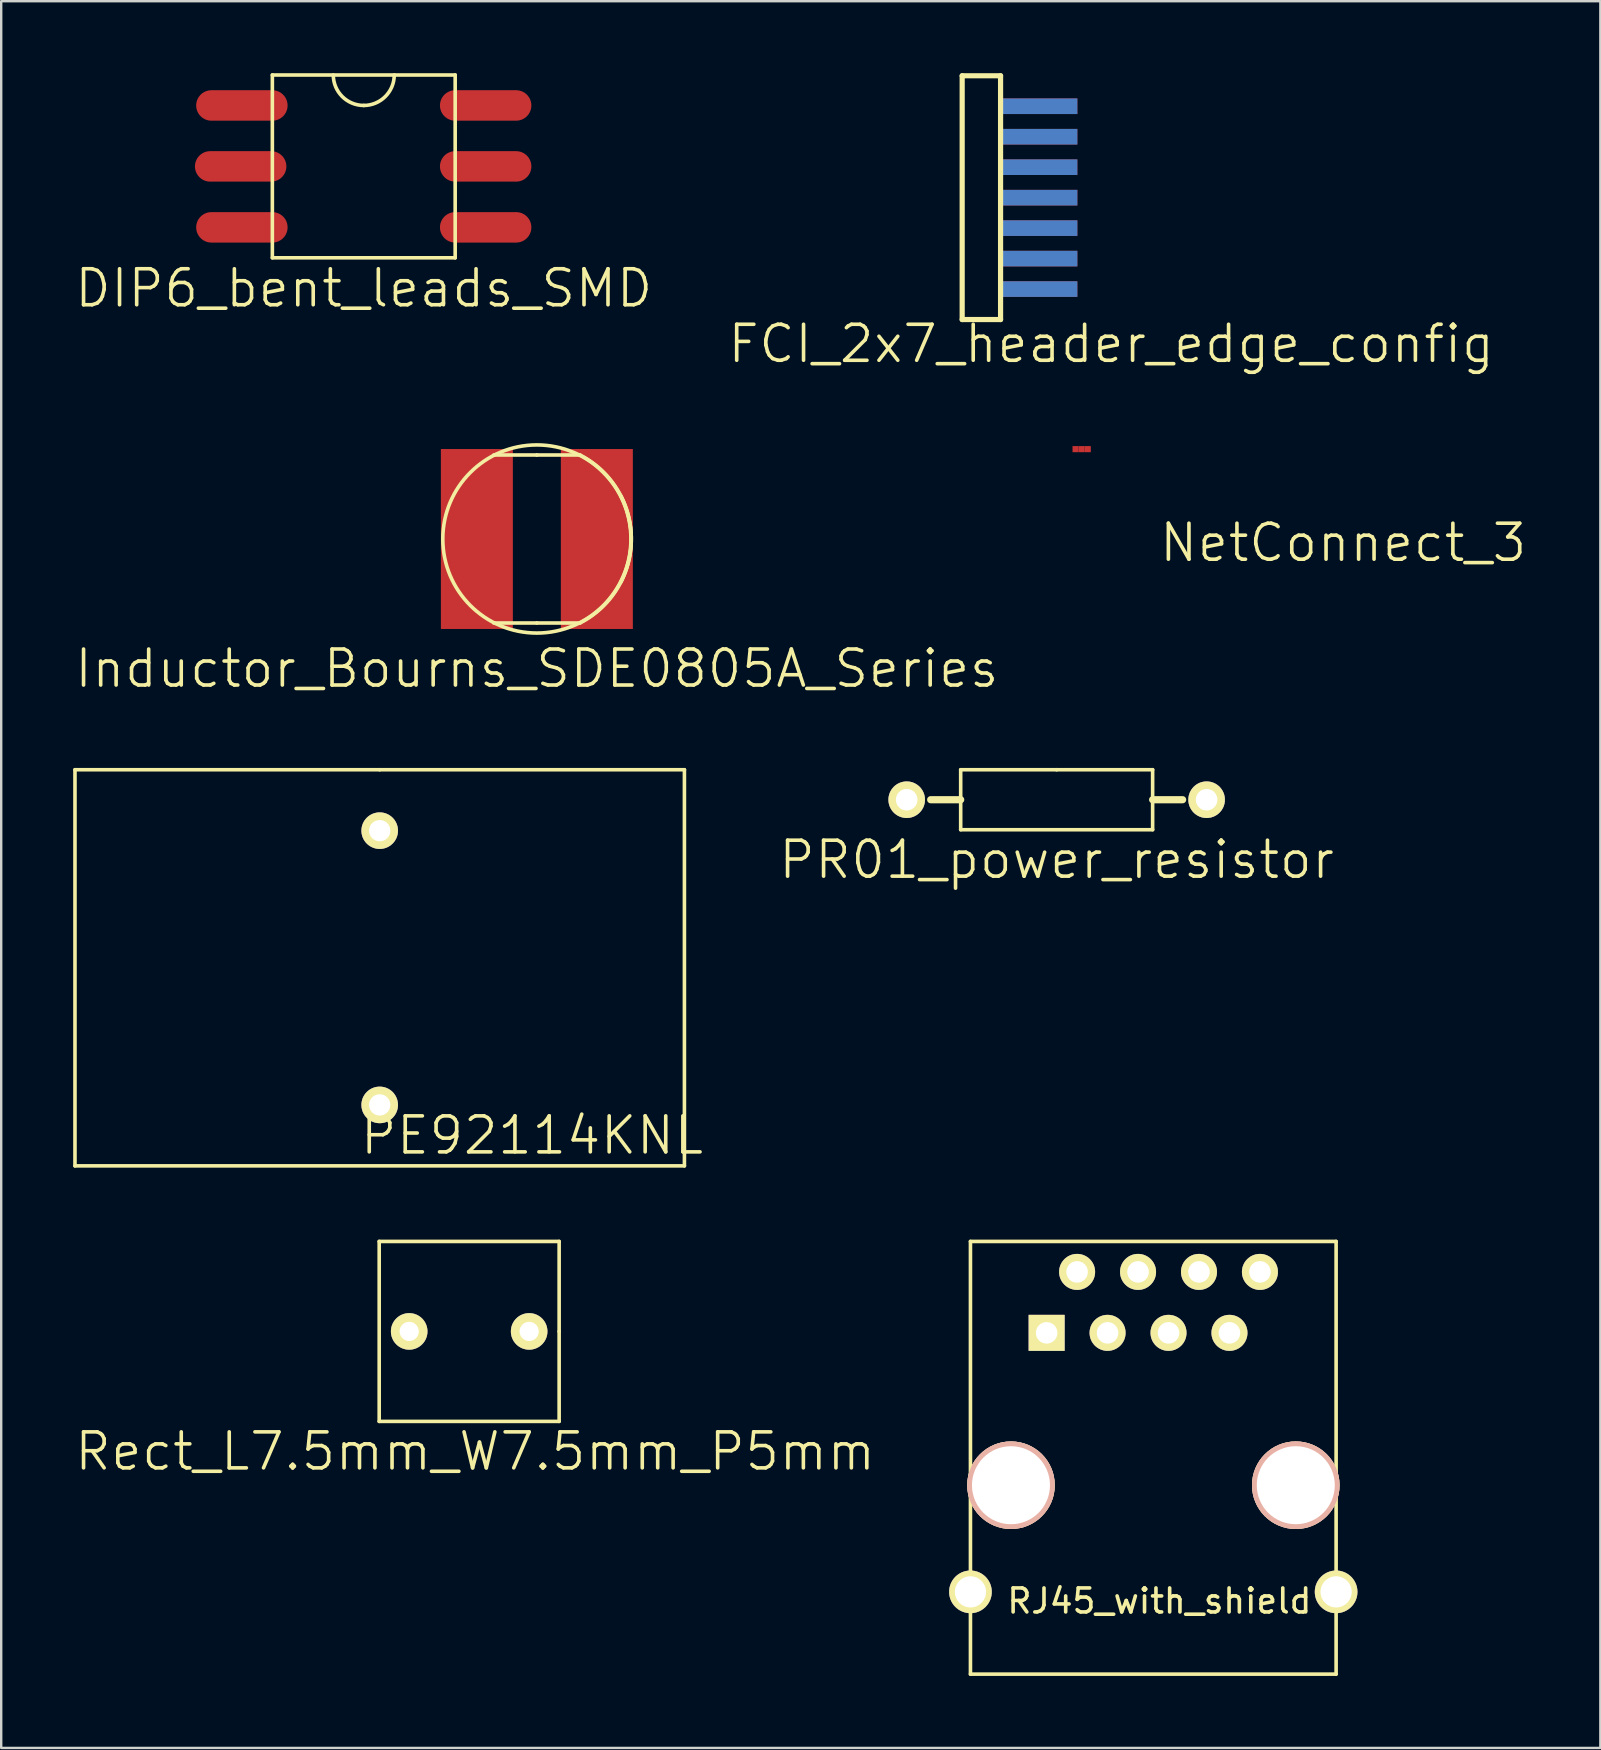
<source format=kicad_pcb>
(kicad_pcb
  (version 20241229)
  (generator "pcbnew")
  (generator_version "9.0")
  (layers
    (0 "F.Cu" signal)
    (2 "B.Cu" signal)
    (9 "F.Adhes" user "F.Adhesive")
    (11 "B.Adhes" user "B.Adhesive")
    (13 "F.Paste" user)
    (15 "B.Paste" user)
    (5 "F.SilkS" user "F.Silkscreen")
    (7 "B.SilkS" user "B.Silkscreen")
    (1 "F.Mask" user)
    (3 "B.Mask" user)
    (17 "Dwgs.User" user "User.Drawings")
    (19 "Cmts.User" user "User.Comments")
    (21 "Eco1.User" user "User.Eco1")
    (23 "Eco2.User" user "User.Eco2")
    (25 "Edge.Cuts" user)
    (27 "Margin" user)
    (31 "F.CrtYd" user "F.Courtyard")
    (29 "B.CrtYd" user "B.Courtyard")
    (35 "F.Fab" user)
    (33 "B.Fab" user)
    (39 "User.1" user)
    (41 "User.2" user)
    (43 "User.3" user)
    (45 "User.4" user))
  (footprint "PE92114KNL"
    (layer "F.Cu")
    (at 12.775 37.92)
    (property "Reference" "PE92114KNL" (at 6.35 6.35 0) (layer "F.SilkS") (effects (font (size 1.5 1.5) (thickness 0.15))))
    (attr through_hole)
    (fp_line (start -12.7 -8.89) (end -12.7 7.62) (stroke (width 0.15) (type solid)) (layer "F.SilkS"))
    (fp_line (start -12.7 7.62) (end 12.7 7.62) (stroke (width 0.15) (type solid)) (layer "F.SilkS"))
    (fp_line (start 0 -8.89) (end -12.7 -8.89) (stroke (width 0.15) (type solid)) (layer "F.SilkS"))
    (fp_line (start 12.7 -8.89) (end 0 -8.89) (stroke (width 0.15) (type solid)) (layer "F.SilkS"))
    (fp_line (start 12.7 7.62) (end 12.7 -8.89) (stroke (width 0.15) (type solid)) (layer "F.SilkS"))
    (pad "1" thru_hole circle (at 0 5.08) (size 1.524 1.524) (drill 0.889) (layers "*.Cu" "*.Mask" "F.SilkS"))
    (pad "2" thru_hole circle (at 0 -6.35) (size 1.524 1.524) (drill 0.889) (layers "*.Cu" "*.Mask" "F.SilkS")))
  (footprint "PR01_power_resistor"
    (layer "F.Cu")
    (at 40.989 30.28)
    (property "Reference" "PR01_power_resistor" (at 0 2.5 0) (layer "F.SilkS") (effects (font (size 1.5 1.5) (thickness 0.15))))
    (attr through_hole)
    (fp_line (start -4 -1.25) (end -4 1.25) (stroke (width 0.15) (type solid)) (layer "F.SilkS"))
    (fp_line (start -4 0) (end -5.25 0) (stroke (width 0.3) (type solid)) (layer "F.SilkS"))
    (fp_line (start -4 1.25) (end 4 1.25) (stroke (width 0.15) (type solid)) (layer "F.SilkS"))
    (fp_line (start 0 -1.25) (end -4 -1.25) (stroke (width 0.15) (type solid)) (layer "F.SilkS"))
    (fp_line (start 4 -1.25) (end 0 -1.25) (stroke (width 0.15) (type solid)) (layer "F.SilkS"))
    (fp_line (start 4 0) (end 5.25 0) (stroke (width 0.3) (type solid)) (layer "F.SilkS"))
    (fp_line (start 4 1.25) (end 4 -1.25) (stroke (width 0.15) (type solid)) (layer "F.SilkS"))
    (pad "1" thru_hole circle (at -6.25 0) (size 1.524 1.524) (drill 0.9) (layers "*.Cu" "*.Mask" "F.SilkS"))
    (pad "2" thru_hole circle (at 6.25 0) (size 1.524 1.524) (drill 0.9) (layers "*.Cu" "*.Mask" "F.SilkS")))
  (footprint "FCI_2x7_header_edge_config"
    (layer "F.Cu")
    (at 40.301 5.188)
    (property "Reference" "FCI_2x7_header_edge_config" (at 2.96 6.09 0) (layer "F.SilkS") (effects (font (size 1.5 1.5) (thickness 0.15))))
    (attr through_hole)
    (fp_line (start -3.25 5.08) (end -3.25 -5.08) (stroke (width 0.216) (type solid)) (layer "F.SilkS"))
    (fp_line (start -1.65 -5.08) (end -3.25 -5.08) (stroke (width 0.216) (type solid)) (layer "F.SilkS"))
    (fp_line (start -1.65 -5.08) (end -1.65 5.08) (stroke (width 0.216) (type solid)) (layer "F.SilkS"))
    (fp_line (start -1.65 5.08) (end -3.25 5.08) (stroke (width 0.216) (type solid)) (layer "F.SilkS"))
    (pad "1" smd rect (at 0 -3.81 180) (size 3.1 0.65) (layers "B.Cu" "B.Mask" "B.Paste"))
    (pad "2" smd rect (at 0 -3.81) (size 3.1 0.65) (layers "F.Cu" "F.Mask" "F.Paste"))
    (pad "3" smd rect (at 0 -2.54 180) (size 3.1 0.65) (layers "B.Cu" "B.Mask" "B.Paste"))
    (pad "4" smd rect (at 0 -2.54) (size 3.1 0.65) (layers "F.Cu" "F.Mask" "F.Paste"))
    (pad "5" smd rect (at 0 -1.27 180) (size 3.1 0.65) (layers "B.Cu" "B.Mask" "B.Paste"))
    (pad "6" smd rect (at 0 -1.27) (size 3.1 0.65) (layers "F.Cu" "F.Mask" "F.Paste"))
    (pad "7" smd rect (at 0 0 180) (size 3.1 0.65) (layers "B.Cu" "B.Mask" "B.Paste"))
    (pad "8" smd rect (at 0 0) (size 3.1 0.65) (layers "F.Cu" "F.Mask" "F.Paste"))
    (pad "9" smd rect (at 0 1.27 180) (size 3.1 0.65) (layers "B.Cu" "B.Mask" "B.Paste"))
    (pad "10" smd rect (at 0 1.27) (size 3.1 0.65) (layers "F.Cu" "F.Mask" "F.Paste"))
    (pad "11" smd rect (at 0 2.54 180) (size 3.1 0.65) (layers "B.Cu" "B.Mask" "B.Paste"))
    (pad "12" smd rect (at 0 2.54) (size 3.1 0.65) (layers "F.Cu" "F.Mask" "F.Paste"))
    (pad "13" smd rect (at 0 3.81 180) (size 3.1 0.65) (layers "B.Cu" "B.Mask" "B.Paste"))
    (pad "14" smd rect (at 0 3.81) (size 3.1 0.65) (layers "F.Cu" "F.Mask" "F.Paste")))
  (footprint "NetConnect_3"
    (layer "F.Cu")
    (at 42.031 15.669)
    (property "Reference" "NetConnect_3" (at 10.9 3.9 0) (layer "F.SilkS") (effects (font (size 1.5 1.5) (thickness 0.15))))
    (attr through_hole)
    (pad "1" smd rect (at -0.254 0) (size 0.254 0.254) (layers "F.Cu"))
    (pad "2" smd rect (at 0 0) (size 0.254 0.254) (layers "F.Cu"))
    (pad "3" smd rect (at 0.254 0) (size 0.254 0.254) (layers "F.Cu")))
  (footprint "RJ45_with_shield"
    (layer "F.Cu")
    (at 45.016 58.85)
    (property "Reference" "RJ45_with_shield" (at 0.254 4.826 0) (layer "F.SilkS") (effects (font (size 1 1) (thickness 0.15))))
    (attr through_hole)
    (fp_line (start -7.62 -10.16) (end -7.62 7.874) (stroke (width 0.15) (type solid)) (layer "F.SilkS"))
    (fp_line (start -7.62 7.874) (end 7.62 7.874) (stroke (width 0.15) (type solid)) (layer "F.SilkS"))
    (fp_line (start 7.62 -10.16) (end -7.62 -10.16) (stroke (width 0.15) (type solid)) (layer "F.SilkS"))
    (fp_line (start 7.62 7.874) (end 7.62 -10.16) (stroke (width 0.15) (type solid)) (layer "F.SilkS"))
    (pad "" np_thru_hole circle (at -5.931 0) (size 3.65 3.65) (drill 3.251) (layers "*.Cu" "*.SilkS" "*.Mask"))
    (pad "" np_thru_hole circle (at 5.939 0) (size 3.65 3.65) (drill 3.251) (layers "*.Cu" "*.SilkS" "*.Mask"))
    (pad "1" thru_hole rect (at -4.445 -6.35) (size 1.501 1.501) (drill 0.899) (layers "*.Cu" "*.Mask" "F.SilkS"))
    (pad "2" thru_hole circle (at -3.175 -8.89) (size 1.501 1.501) (drill 0.899) (layers "*.Cu" "*.Mask" "F.SilkS"))
    (pad "3" thru_hole circle (at -1.905 -6.35) (size 1.501 1.501) (drill 0.899) (layers "*.Cu" "*.Mask" "F.SilkS"))
    (pad "4" thru_hole circle (at -0.635 -8.89) (size 1.501 1.501) (drill 0.899) (layers "*.Cu" "*.Mask" "F.SilkS"))
    (pad "5" thru_hole circle (at 0.635 -6.35) (size 1.501 1.501) (drill 0.899) (layers "*.Cu" "*.Mask" "F.SilkS"))
    (pad "6" thru_hole circle (at 1.905 -8.89) (size 1.501 1.501) (drill 0.899) (layers "*.Cu" "*.Mask" "F.SilkS"))
    (pad "7" thru_hole circle (at 3.175 -6.35) (size 1.501 1.501) (drill 0.899) (layers "*.Cu" "*.Mask" "F.SilkS"))
    (pad "8" thru_hole circle (at 4.445 -8.89) (size 1.501 1.501) (drill 0.899) (layers "*.Cu" "*.Mask" "F.SilkS"))
    (pad "9" thru_hole circle (at -7.62 4.445) (size 1.778 1.778) (drill 1.3) (layers "*.Cu" "*.Mask" "F.SilkS"))
    (pad "9" thru_hole circle (at 7.62 4.445) (size 1.778 1.778) (drill 1.3) (layers "*.Cu" "*.Mask" "F.SilkS")))
  (footprint "DIP6_bent_leads_SMD"
    (layer "F.Cu")
    (at 12.111 3.885)
    (property "Reference" "DIP6_bent_leads_SMD" (at 0 5.08 0) (layer "F.SilkS") (effects (font (size 1.5 1.5) (thickness 0.15))))
    (attr through_hole)
    (fp_line (start -3.81 -3.81) (end 3.81 -3.81) (stroke (width 0.15) (type solid)) (layer "F.SilkS"))
    (fp_line (start -3.81 3.81) (end -3.81 -3.81) (stroke (width 0.15) (type solid)) (layer "F.SilkS"))
    (fp_line (start 3.81 -3.81) (end 3.81 3.81) (stroke (width 0.15) (type solid)) (layer "F.SilkS"))
    (fp_line (start 3.81 3.81) (end -3.81 3.81) (stroke (width 0.15) (type solid)) (layer "F.SilkS"))
    (fp_arc (start 0 -2.54) (mid -0.898026 -2.911974) (end -1.27 -3.81) (stroke (width 0.15) (type solid)) (layer "F.SilkS"))
    (fp_arc (start 1.27 -3.81) (mid 0.898026 -2.911974) (end 0 -2.54) (stroke (width 0.15) (type solid)) (layer "F.SilkS"))
    (pad "1" smd oval (at -3.81 -2.54) (size 3.81 1.27) (drill (offset -1.27 0)) (layers "F.Cu" "F.Mask" "F.Paste"))
    (pad "2" smd oval (at -3.81 0) (size 3.81 1.27) (drill (offset -1.321 0)) (layers "F.Cu" "F.Mask" "F.Paste"))
    (pad "3" smd oval (at -3.81 2.54) (size 3.81 1.27) (drill (offset -1.27 0)) (layers "F.Cu" "F.Mask" "F.Paste"))
    (pad "4" smd oval (at 3.81 2.54) (size 3.81 1.27) (drill (offset 1.27 0)) (layers "F.Cu" "F.Mask" "F.Paste"))
    (pad "5" smd oval (at 3.81 0) (size 3.81 1.27) (drill (offset 1.27 0)) (layers "F.Cu" "F.Mask" "F.Paste"))
    (pad "6" smd oval (at 3.81 -2.54) (size 3.81 1.27) (drill (offset 1.27 0)) (layers "F.Cu" "F.Mask" "F.Paste")))
  (footprint "Inductor_Bourns_SDE0805A_Series"
    (layer "F.Cu")
    (at 19.325 19.414)
    (property "Reference" "Inductor_Bourns_SDE0805A_Series" (at 0 5.4 0) (layer "F.SilkS") (effects (font (size 1.5 1.5) (thickness 0.15))))
    (attr through_hole)
    (fp_line (start 0 -3.5) (end -1.8 -3.5) (stroke (width 0.15) (type solid)) (layer "F.SilkS"))
    (fp_line (start 0 -3.5) (end 1.8 -3.5) (stroke (width 0.15) (type solid)) (layer "F.SilkS"))
    (fp_line (start 0 3.5) (end -1.8 3.5) (stroke (width 0.15) (type solid)) (layer "F.SilkS"))
    (fp_line (start 0 3.5) (end 1.8 3.5) (stroke (width 0.15) (type solid)) (layer "F.SilkS"))
    (fp_arc (start 1.8 -3.5) (mid 3.747666 -1.202082) (end 3.5 1.8) (stroke (width 0.15) (type solid)) (layer "F.SilkS"))
    (fp_arc (start 3.5 -1.8) (mid 3.747666 1.202082) (end 1.8 3.5) (stroke (width 0.15) (type solid)) (layer "F.SilkS"))
    (fp_circle (center 0 0) (end 3.9 -0.4) (stroke (width 0.15) (type solid)) (fill no) (layer "F.SilkS"))
    (pad "1" smd rect (at -2.5 0) (size 3 7.5) (layers "F.Cu" "F.Mask" "F.Paste"))
    (pad "2" smd rect (at 2.5 0) (size 3 7.5) (layers "F.Cu" "F.Mask" "F.Paste")))
  (footprint "Rect_L7.5mm_W7.5mm_P5mm"
    (layer "F.Cu")
    (at 16.504 52.44)
    (property "Reference" "Rect_L7.5mm_W7.5mm_P5mm" (at 0.25 5 0) (layer "F.SilkS") (effects (font (size 1.5 1.5) (thickness 0.15))))
    (attr through_hole)
    (fp_line (start -3.75 -3.75) (end -3.75 3.75) (stroke (width 0.15) (type solid)) (layer "F.SilkS"))
    (fp_line (start -3.75 3.75) (end 3.75 3.75) (stroke (width 0.15) (type solid)) (layer "F.SilkS"))
    (fp_line (start 3.75 -3.75) (end -3.75 -3.75) (stroke (width 0.15) (type solid)) (layer "F.SilkS"))
    (fp_line (start 3.75 0) (end 3.75 -3.75) (stroke (width 0.15) (type solid)) (layer "F.SilkS"))
    (fp_line (start 3.75 3.75) (end 3.75 0) (stroke (width 0.15) (type solid)) (layer "F.SilkS"))
    (pad "1" thru_hole circle (at -2.5 0) (size 1.524 1.524) (drill 0.8) (layers "*.Cu" "*.Mask" "F.SilkS"))
    (pad "2" thru_hole circle (at 2.5 0) (size 1.524 1.524) (drill 0.8) (layers "*.Cu" "*.Mask" "F.SilkS")))
  (gr_rect
    (start -3 -3)
    (end 63.649 69.799)
    (stroke (width 0.1) (type default))
    (fill no)
    (layer "Edge.Cuts")))
</source>
